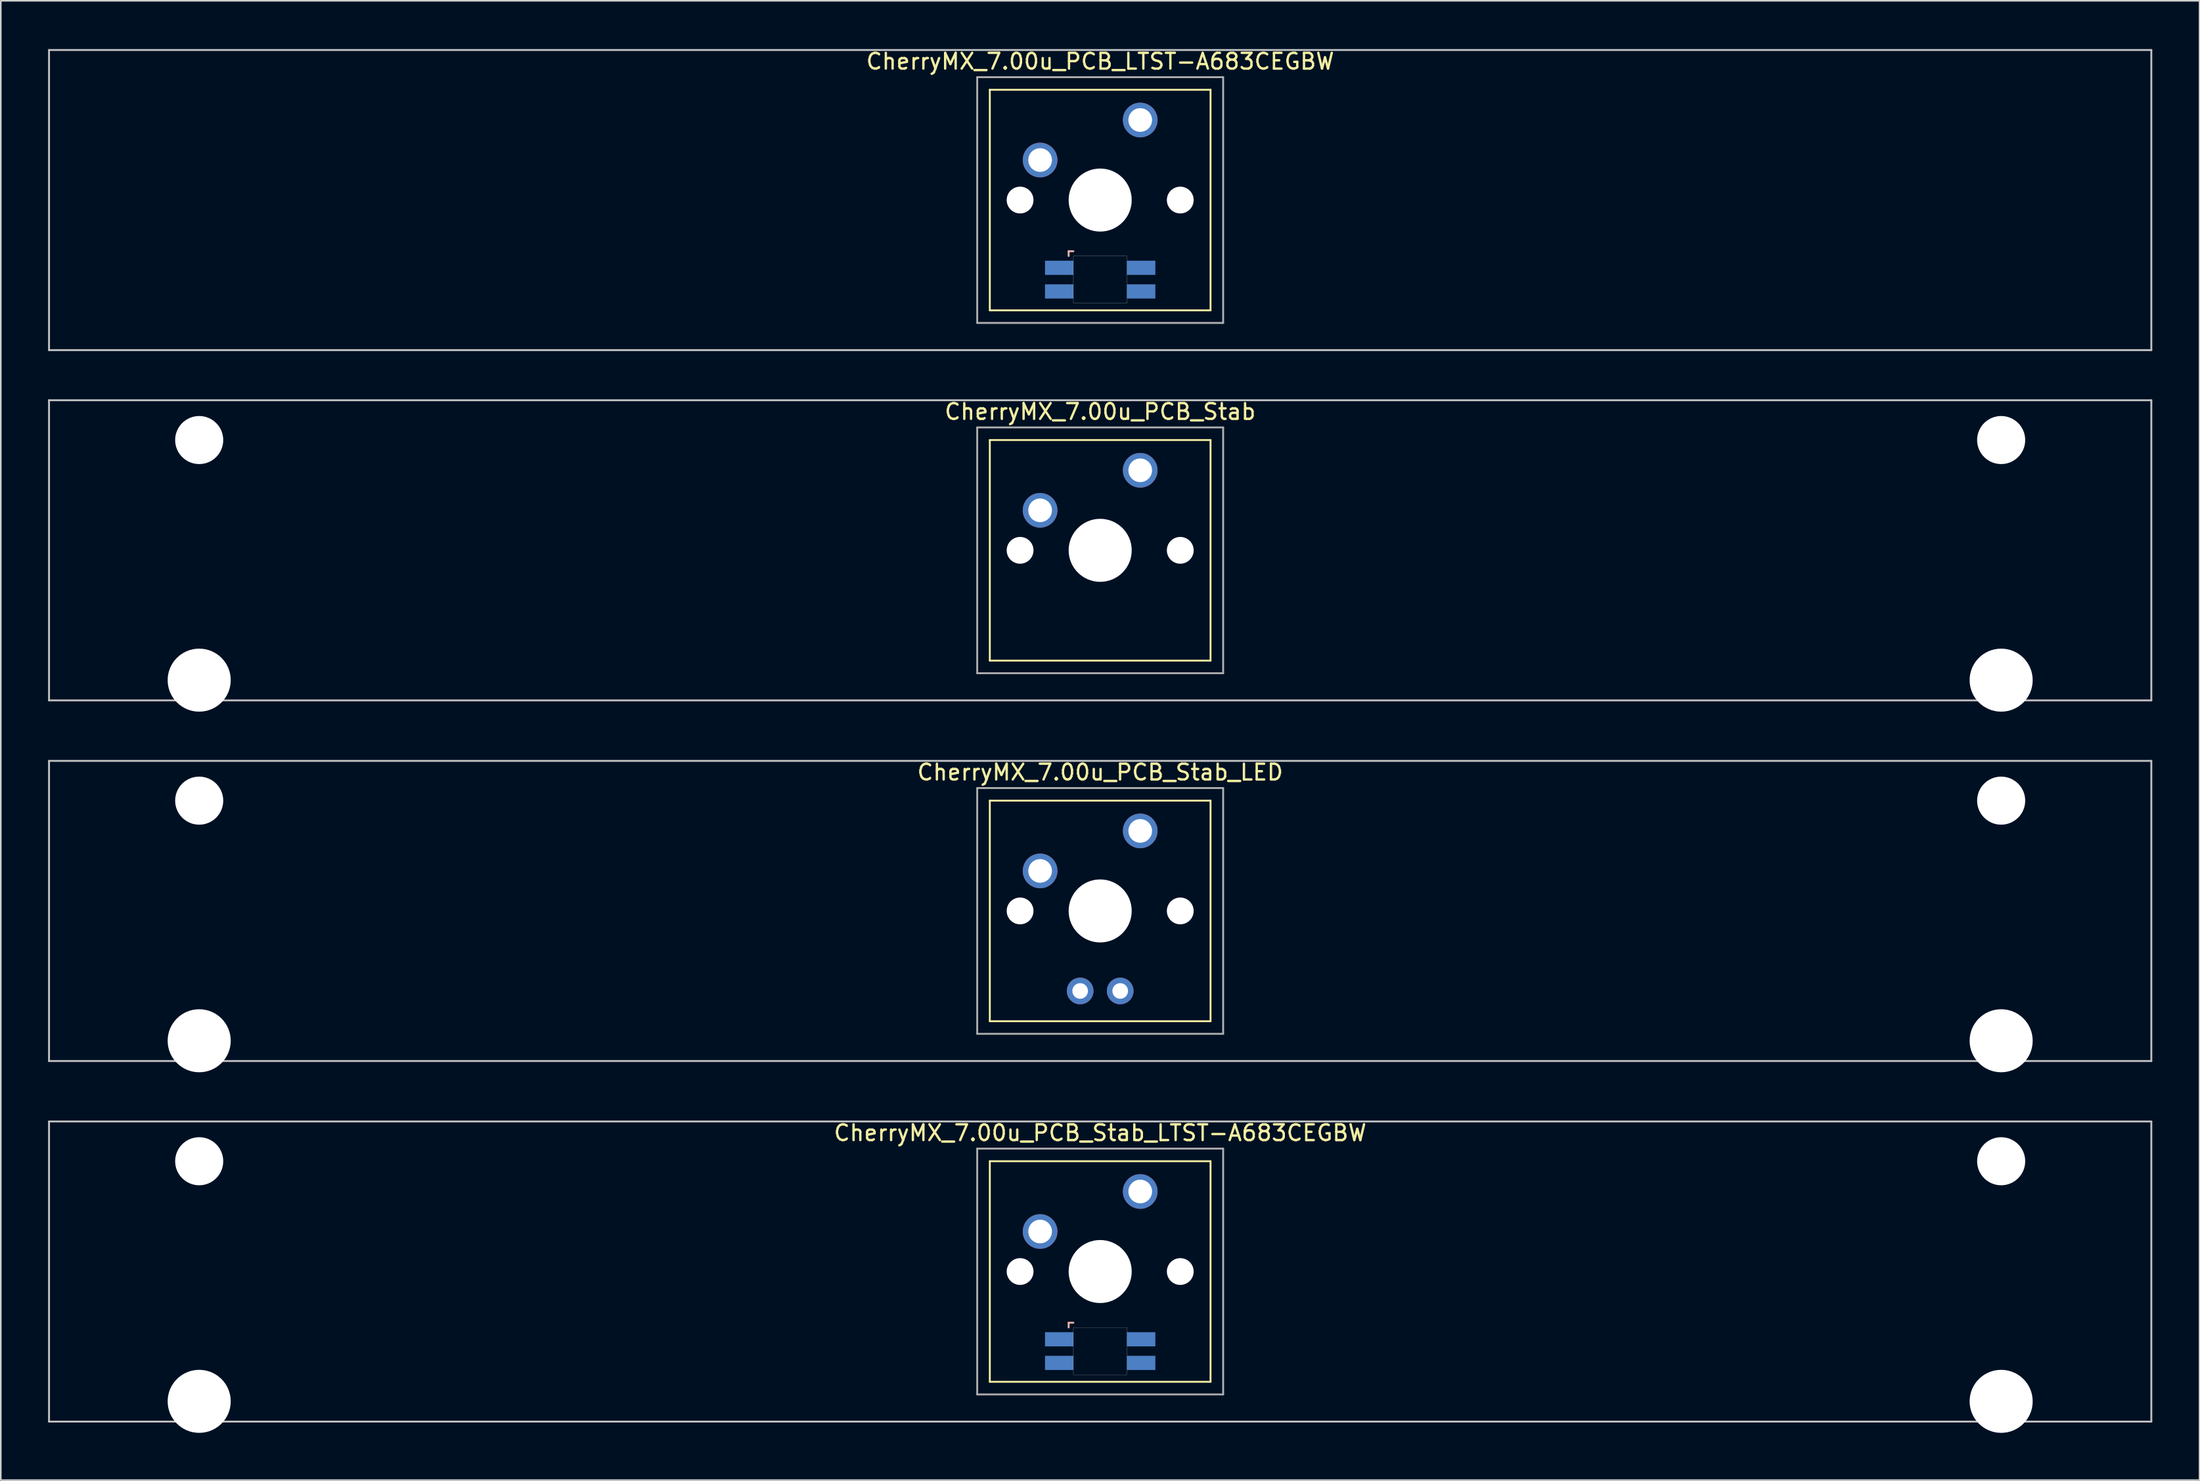
<source format=kicad_pcb>
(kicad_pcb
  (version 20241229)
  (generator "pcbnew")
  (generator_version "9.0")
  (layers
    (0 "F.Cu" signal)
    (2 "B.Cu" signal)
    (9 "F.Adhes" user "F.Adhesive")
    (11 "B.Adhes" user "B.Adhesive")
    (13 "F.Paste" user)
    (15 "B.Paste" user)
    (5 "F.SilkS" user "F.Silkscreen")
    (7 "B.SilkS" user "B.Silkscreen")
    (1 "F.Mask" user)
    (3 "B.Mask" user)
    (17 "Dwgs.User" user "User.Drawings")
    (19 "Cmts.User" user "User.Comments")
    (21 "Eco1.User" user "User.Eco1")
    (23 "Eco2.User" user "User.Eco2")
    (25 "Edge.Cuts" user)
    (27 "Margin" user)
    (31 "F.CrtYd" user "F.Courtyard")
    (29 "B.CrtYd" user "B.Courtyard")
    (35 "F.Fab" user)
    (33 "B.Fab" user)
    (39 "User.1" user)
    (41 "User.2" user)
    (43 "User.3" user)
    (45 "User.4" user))
  (footprint "CherryMX_7.00u_PCB_Stab_LTST-A683CEGBW"
    (layer "F.Cu")
    (at 66.735 77.658)
    (property "Reference" "CherryMX_7.00u_PCB_Stab_LTST-A683CEGBW" (at 0 -8.8 0) (layer "F.SilkS") (effects (font (size 1 1) (thickness 0.15))))
    (attr through_hole)
    (fp_line (start -7 -7) (end -7 7) (stroke (width 0.12) (type solid)) (layer "F.SilkS"))
    (fp_line (start -7 -7) (end 7 -7) (stroke (width 0.12) (type solid)) (layer "F.SilkS"))
    (fp_line (start 7 -7) (end 7 7) (stroke (width 0.12) (type solid)) (layer "F.SilkS"))
    (fp_line (start 7 7) (end -7 7) (stroke (width 0.12) (type solid)) (layer "F.SilkS"))
    (fp_line (start -2 3.25) (end -2 3.55) (stroke (width 0.12) (type solid)) (layer "B.SilkS"))
    (fp_line (start -1.7 3.25) (end -2 3.25) (stroke (width 0.12) (type solid)) (layer "B.SilkS"))
    (fp_line (start -66.675 -9.525) (end 66.675 -9.525) (stroke (width 0.12) (type solid)) (layer "Dwgs.User"))
    (fp_line (start -66.675 9.525) (end -66.675 -9.525) (stroke (width 0.12) (type solid)) (layer "Dwgs.User"))
    (fp_line (start 66.675 -9.525) (end 66.675 9.525) (stroke (width 0.12) (type solid)) (layer "Dwgs.User"))
    (fp_line (start 66.675 9.525) (end -66.675 9.525) (stroke (width 0.12) (type solid)) (layer "Dwgs.User"))
    (fp_poly (pts (xy 1.7 6.55) (xy -1.7 6.55) (xy -1.7 3.55) (xy 1.7 3.55)) (stroke (width 0.01) (type solid)) (fill no) (layer "Edge.Cuts"))
    (fp_line (start -7.8 -7.8) (end -7.8 7.8) (stroke (width 0.12) (type solid)) (layer "F.Fab"))
    (fp_line (start -7.8 -7.8) (end 7.8 -7.8) (stroke (width 0.12) (type solid)) (layer "F.Fab"))
    (fp_line (start -7.8 7.8) (end 7.8 7.8) (stroke (width 0.12) (type solid)) (layer "F.Fab"))
    (fp_line (start 7.8 -7.8) (end 7.8 7.8) (stroke (width 0.12) (type solid)) (layer "F.Fab"))
    (pad "" np_thru_hole circle (at -57.15 -7) (size 3.05 3.05) (drill 3.05) (layers "*.Cu" "*.Mask"))
    (pad "" np_thru_hole circle (at -57.15 8.24) (size 4 4) (drill 4) (layers "*.Cu" "*.Mask"))
    (pad "" np_thru_hole circle (at -5.08 0) (size 1.7 1.7) (drill 1.7) (layers "*.Cu" "*.Mask"))
    (pad "" np_thru_hole circle (at 0 0) (size 4 4) (drill 4) (layers "*.Cu" "*.Mask"))
    (pad "" np_thru_hole circle (at 5.08 0) (size 1.7 1.7) (drill 1.7) (layers "*.Cu" "*.Mask"))
    (pad "" np_thru_hole circle (at 57.15 -7) (size 3.05 3.05) (drill 3.05) (layers "*.Cu" "*.Mask"))
    (pad "" np_thru_hole circle (at 57.15 8.24) (size 4 4) (drill 4) (layers "*.Cu" "*.Mask"))
    (pad "1" thru_hole circle (at -3.81 -2.54) (size 2.2 2.2) (drill 1.5) (layers "*.Cu" "*.Mask"))
    (pad "2" thru_hole circle (at 2.54 -5.08) (size 2.2 2.2) (drill 1.5) (layers "*.Cu" "*.Mask"))
    (pad "3" smd rect (at -2.6 4.3) (size 1.8 0.9) (layers "B.Cu" "B.Mask" "B.Paste"))
    (pad "4" smd rect (at -2.6 5.8) (size 1.8 0.9) (layers "B.Cu" "B.Mask" "B.Paste"))
    (pad "5" smd rect (at 2.6 4.3) (size 1.8 0.9) (layers "B.Cu" "B.Mask" "B.Paste"))
    (pad "6" smd rect (at 2.6 5.8) (size 1.8 0.9) (layers "B.Cu" "B.Mask" "B.Paste")))
  (footprint "CherryMX_7.00u_PCB_Stab_LED"
    (layer "F.Cu")
    (at 66.735 54.77)
    (property "Reference" "CherryMX_7.00u_PCB_Stab_LED" (at 0 -8.8 0) (layer "F.SilkS") (effects (font (size 1 1) (thickness 0.15))))
    (attr through_hole)
    (fp_line (start -7 -7) (end -7 7) (stroke (width 0.12) (type solid)) (layer "F.SilkS"))
    (fp_line (start -7 -7) (end 7 -7) (stroke (width 0.12) (type solid)) (layer "F.SilkS"))
    (fp_line (start 7 -7) (end 7 7) (stroke (width 0.12) (type solid)) (layer "F.SilkS"))
    (fp_line (start 7 7) (end -7 7) (stroke (width 0.12) (type solid)) (layer "F.SilkS"))
    (fp_line (start -66.675 -9.525) (end 66.675 -9.525) (stroke (width 0.12) (type solid)) (layer "Dwgs.User"))
    (fp_line (start -66.675 9.525) (end -66.675 -9.525) (stroke (width 0.12) (type solid)) (layer "Dwgs.User"))
    (fp_line (start 66.675 -9.525) (end 66.675 9.525) (stroke (width 0.12) (type solid)) (layer "Dwgs.User"))
    (fp_line (start 66.675 9.525) (end -66.675 9.525) (stroke (width 0.12) (type solid)) (layer "Dwgs.User"))
    (fp_line (start -7.8 -7.8) (end -7.8 7.8) (stroke (width 0.12) (type solid)) (layer "F.Fab"))
    (fp_line (start -7.8 -7.8) (end 7.8 -7.8) (stroke (width 0.12) (type solid)) (layer "F.Fab"))
    (fp_line (start -7.8 7.8) (end 7.8 7.8) (stroke (width 0.12) (type solid)) (layer "F.Fab"))
    (fp_line (start 7.8 -7.8) (end 7.8 7.8) (stroke (width 0.12) (type solid)) (layer "F.Fab"))
    (pad "" np_thru_hole circle (at -57.15 -7) (size 3.05 3.05) (drill 3.05) (layers "*.Cu" "*.Mask"))
    (pad "" np_thru_hole circle (at -57.15 8.24) (size 4 4) (drill 4) (layers "*.Cu" "*.Mask"))
    (pad "" np_thru_hole circle (at -5.08 0) (size 1.7 1.7) (drill 1.7) (layers "*.Cu" "*.Mask"))
    (pad "" np_thru_hole circle (at 0 0) (size 4 4) (drill 4) (layers "*.Cu" "*.Mask"))
    (pad "" np_thru_hole circle (at 5.08 0) (size 1.7 1.7) (drill 1.7) (layers "*.Cu" "*.Mask"))
    (pad "" np_thru_hole circle (at 57.15 -7) (size 3.05 3.05) (drill 3.05) (layers "*.Cu" "*.Mask"))
    (pad "" np_thru_hole circle (at 57.15 8.24) (size 4 4) (drill 4) (layers "*.Cu" "*.Mask"))
    (pad "1" thru_hole circle (at -3.81 -2.54) (size 2.2 2.2) (drill 1.5) (layers "*.Cu" "*.Mask"))
    (pad "2" thru_hole circle (at 2.54 -5.08) (size 2.2 2.2) (drill 1.5) (layers "*.Cu" "*.Mask"))
    (pad "3" thru_hole circle (at -1.27 5.08) (size 1.691 1.691) (drill 0.991) (layers "*.Cu" "*.Mask"))
    (pad "4" thru_hole circle (at 1.27 5.08) (size 1.691 1.691) (drill 0.991) (layers "*.Cu" "*.Mask")))
  (footprint "CherryMX_7.00u_PCB_LTST-A683CEGBW"
    (layer "F.Cu")
    (at 66.735 9.648)
    (property "Reference" "CherryMX_7.00u_PCB_LTST-A683CEGBW" (at 0 -8.8 0) (layer "F.SilkS") (effects (font (size 1 1) (thickness 0.15))))
    (attr through_hole)
    (fp_line (start -7 -7) (end -7 7) (stroke (width 0.12) (type solid)) (layer "F.SilkS"))
    (fp_line (start -7 -7) (end 7 -7) (stroke (width 0.12) (type solid)) (layer "F.SilkS"))
    (fp_line (start 7 -7) (end 7 7) (stroke (width 0.12) (type solid)) (layer "F.SilkS"))
    (fp_line (start 7 7) (end -7 7) (stroke (width 0.12) (type solid)) (layer "F.SilkS"))
    (fp_line (start -2 3.25) (end -2 3.55) (stroke (width 0.12) (type solid)) (layer "B.SilkS"))
    (fp_line (start -1.7 3.25) (end -2 3.25) (stroke (width 0.12) (type solid)) (layer "B.SilkS"))
    (fp_line (start -66.675 -9.525) (end 66.675 -9.525) (stroke (width 0.12) (type solid)) (layer "Dwgs.User"))
    (fp_line (start -66.675 9.525) (end -66.675 -9.525) (stroke (width 0.12) (type solid)) (layer "Dwgs.User"))
    (fp_line (start 66.675 -9.525) (end 66.675 9.525) (stroke (width 0.12) (type solid)) (layer "Dwgs.User"))
    (fp_line (start 66.675 9.525) (end -66.675 9.525) (stroke (width 0.12) (type solid)) (layer "Dwgs.User"))
    (fp_poly (pts (xy 1.7 6.55) (xy -1.7 6.55) (xy -1.7 3.55) (xy 1.7 3.55)) (stroke (width 0.01) (type solid)) (fill no) (layer "Edge.Cuts"))
    (fp_line (start -7.8 -7.8) (end -7.8 7.8) (stroke (width 0.12) (type solid)) (layer "F.Fab"))
    (fp_line (start -7.8 -7.8) (end 7.8 -7.8) (stroke (width 0.12) (type solid)) (layer "F.Fab"))
    (fp_line (start -7.8 7.8) (end 7.8 7.8) (stroke (width 0.12) (type solid)) (layer "F.Fab"))
    (fp_line (start 7.8 -7.8) (end 7.8 7.8) (stroke (width 0.12) (type solid)) (layer "F.Fab"))
    (pad "" np_thru_hole circle (at -5.08 0) (size 1.7 1.7) (drill 1.7) (layers "*.Cu" "*.Mask"))
    (pad "" np_thru_hole circle (at 0 0) (size 4 4) (drill 4) (layers "*.Cu" "*.Mask"))
    (pad "" np_thru_hole circle (at 5.08 0) (size 1.7 1.7) (drill 1.7) (layers "*.Cu" "*.Mask"))
    (pad "1" thru_hole circle (at -3.81 -2.54) (size 2.2 2.2) (drill 1.5) (layers "*.Cu" "*.Mask"))
    (pad "2" thru_hole circle (at 2.54 -5.08) (size 2.2 2.2) (drill 1.5) (layers "*.Cu" "*.Mask"))
    (pad "3" smd rect (at -2.6 4.3) (size 1.8 0.9) (layers "B.Cu" "B.Mask" "B.Paste"))
    (pad "4" smd rect (at -2.6 5.8) (size 1.8 0.9) (layers "B.Cu" "B.Mask" "B.Paste"))
    (pad "5" smd rect (at 2.6 4.3) (size 1.8 0.9) (layers "B.Cu" "B.Mask" "B.Paste"))
    (pad "6" smd rect (at 2.6 5.8) (size 1.8 0.9) (layers "B.Cu" "B.Mask" "B.Paste")))
  (footprint "CherryMX_7.00u_PCB_Stab"
    (layer "F.Cu")
    (at 66.735 31.881)
    (property "Reference" "CherryMX_7.00u_PCB_Stab" (at 0 -8.8 0) (layer "F.SilkS") (effects (font (size 1 1) (thickness 0.15))))
    (attr through_hole)
    (fp_line (start -7 -7) (end -7 7) (stroke (width 0.12) (type solid)) (layer "F.SilkS"))
    (fp_line (start -7 -7) (end 7 -7) (stroke (width 0.12) (type solid)) (layer "F.SilkS"))
    (fp_line (start 7 -7) (end 7 7) (stroke (width 0.12) (type solid)) (layer "F.SilkS"))
    (fp_line (start 7 7) (end -7 7) (stroke (width 0.12) (type solid)) (layer "F.SilkS"))
    (fp_line (start -66.675 -9.525) (end 66.675 -9.525) (stroke (width 0.12) (type solid)) (layer "Dwgs.User"))
    (fp_line (start -66.675 9.525) (end -66.675 -9.525) (stroke (width 0.12) (type solid)) (layer "Dwgs.User"))
    (fp_line (start 66.675 -9.525) (end 66.675 9.525) (stroke (width 0.12) (type solid)) (layer "Dwgs.User"))
    (fp_line (start 66.675 9.525) (end -66.675 9.525) (stroke (width 0.12) (type solid)) (layer "Dwgs.User"))
    (fp_line (start -7.8 -7.8) (end -7.8 7.8) (stroke (width 0.12) (type solid)) (layer "F.Fab"))
    (fp_line (start -7.8 -7.8) (end 7.8 -7.8) (stroke (width 0.12) (type solid)) (layer "F.Fab"))
    (fp_line (start -7.8 7.8) (end 7.8 7.8) (stroke (width 0.12) (type solid)) (layer "F.Fab"))
    (fp_line (start 7.8 -7.8) (end 7.8 7.8) (stroke (width 0.12) (type solid)) (layer "F.Fab"))
    (pad "" np_thru_hole circle (at -57.15 -7) (size 3.05 3.05) (drill 3.05) (layers "*.Cu" "*.Mask"))
    (pad "" np_thru_hole circle (at -57.15 8.24) (size 4 4) (drill 4) (layers "*.Cu" "*.Mask"))
    (pad "" np_thru_hole circle (at -5.08 0) (size 1.7 1.7) (drill 1.7) (layers "*.Cu" "*.Mask"))
    (pad "" np_thru_hole circle (at 0 0) (size 4 4) (drill 4) (layers "*.Cu" "*.Mask"))
    (pad "" np_thru_hole circle (at 5.08 0) (size 1.7 1.7) (drill 1.7) (layers "*.Cu" "*.Mask"))
    (pad "" np_thru_hole circle (at 57.15 -7) (size 3.05 3.05) (drill 3.05) (layers "*.Cu" "*.Mask"))
    (pad "" np_thru_hole circle (at 57.15 8.24) (size 4 4) (drill 4) (layers "*.Cu" "*.Mask"))
    (pad "1" thru_hole circle (at -3.81 -2.54) (size 2.2 2.2) (drill 1.5) (layers "*.Cu" "*.Mask"))
    (pad "2" thru_hole circle (at 2.54 -5.08) (size 2.2 2.2) (drill 1.5) (layers "*.Cu" "*.Mask")))
  (gr_rect
    (start -3 -3)
    (end 136.47 90.898)
    (stroke (width 0.1) (type default))
    (fill no)
    (layer "Edge.Cuts")))
</source>
